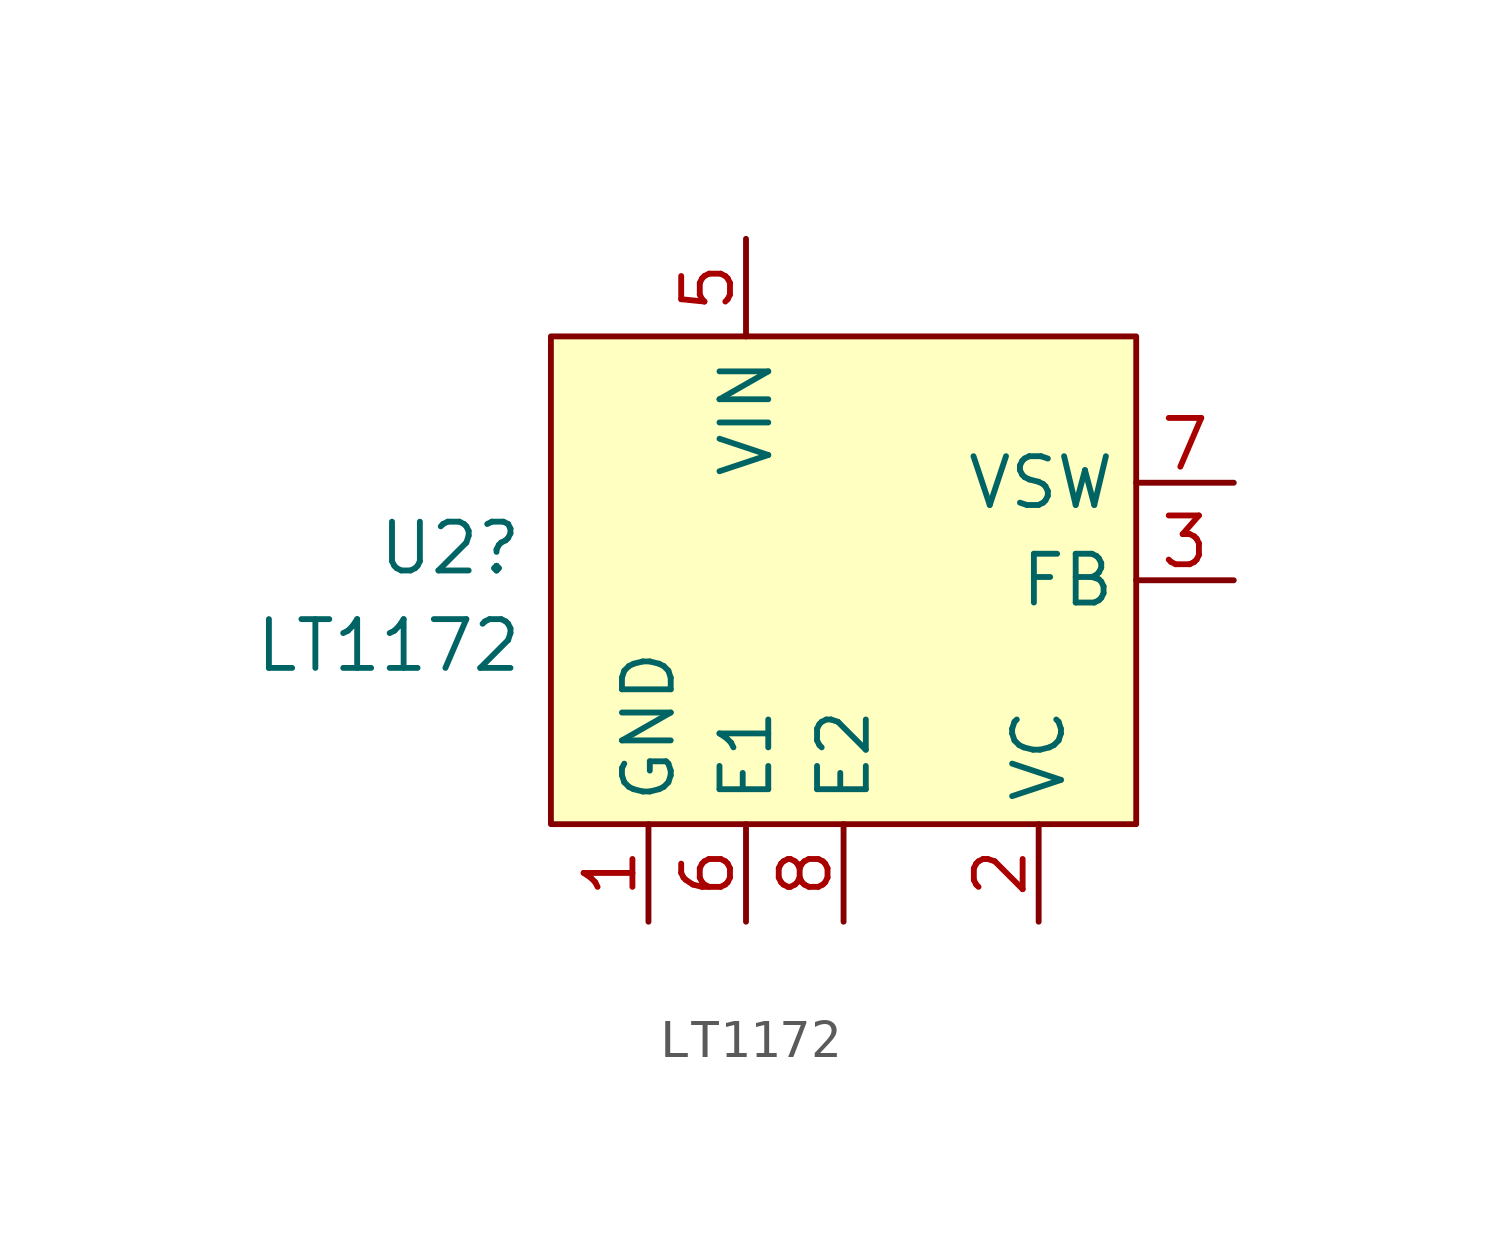
<source format=kicad_sym>
(kicad_symbol_lib
  (version 20211014)
  (generator kicad_symbol_editor)
  (symbol "LT1172"
    (property "Reference" "U2"
      (at -8.331 2.105 0)
      (effects (font (size 1.27 1.27)) (justify right)))
    (property "Value" "LT1172"
      (at -8.331 -0.432 0)
      (effects (font (size 1.27 1.27)) (justify right)))
    (symbol "LT1172_0_1"
      (rectangle (start -7.62 7.62) (end 7.62 -5.08) (stroke (width 0.152) (type default) (color 0 0 0 0)) (fill (type background))))
    (symbol "LT1172_1_1"
      (pin power_in line (at -5.08 -7.62 90) (length 2.54) (name "GND" (effects (font (size 1.27 1.27)))) (number "1" (effects (font (size 1.27 1.27)))))
      (pin power_in line (at 5.08 -7.62 90) (length 2.54) (name "VC" (effects (font (size 1.27 1.27)))) (number "2" (effects (font (size 1.27 1.27)))))
      (pin input line (at 10.16 1.27 180) (length 2.54) (name "FB" (effects (font (size 1.27 1.27)))) (number "3" (effects (font (size 1.27 1.27)))))
      (pin no_connect line (at -7.62 1.27 0) (length 2.54) hide (name "NC" (effects (font (size 1.27 1.27)))) (number "4" (effects (font (size 1.27 1.27)))))
      (pin power_in line (at -2.54 10.16 270) (length 2.54) (name "VIN" (effects (font (size 1.27 1.27)))) (number "5" (effects (font (size 1.27 1.27)))))
      (pin unspecified line (at -2.54 -7.62 90) (length 2.54) (name "E1" (effects (font (size 1.27 1.27)))) (number "6" (effects (font (size 1.27 1.27)))))
      (pin unspecified line (at 10.16 3.81 180) (length 2.54) (name "VSW" (effects (font (size 1.27 1.27)))) (number "7" (effects (font (size 1.27 1.27)))))
      (pin unspecified line (at 0 -7.62 90) (length 2.54) (name "E2" (effects (font (size 1.27 1.27)))) (number "8" (effects (font (size 1.27 1.27))))))))
</source>
